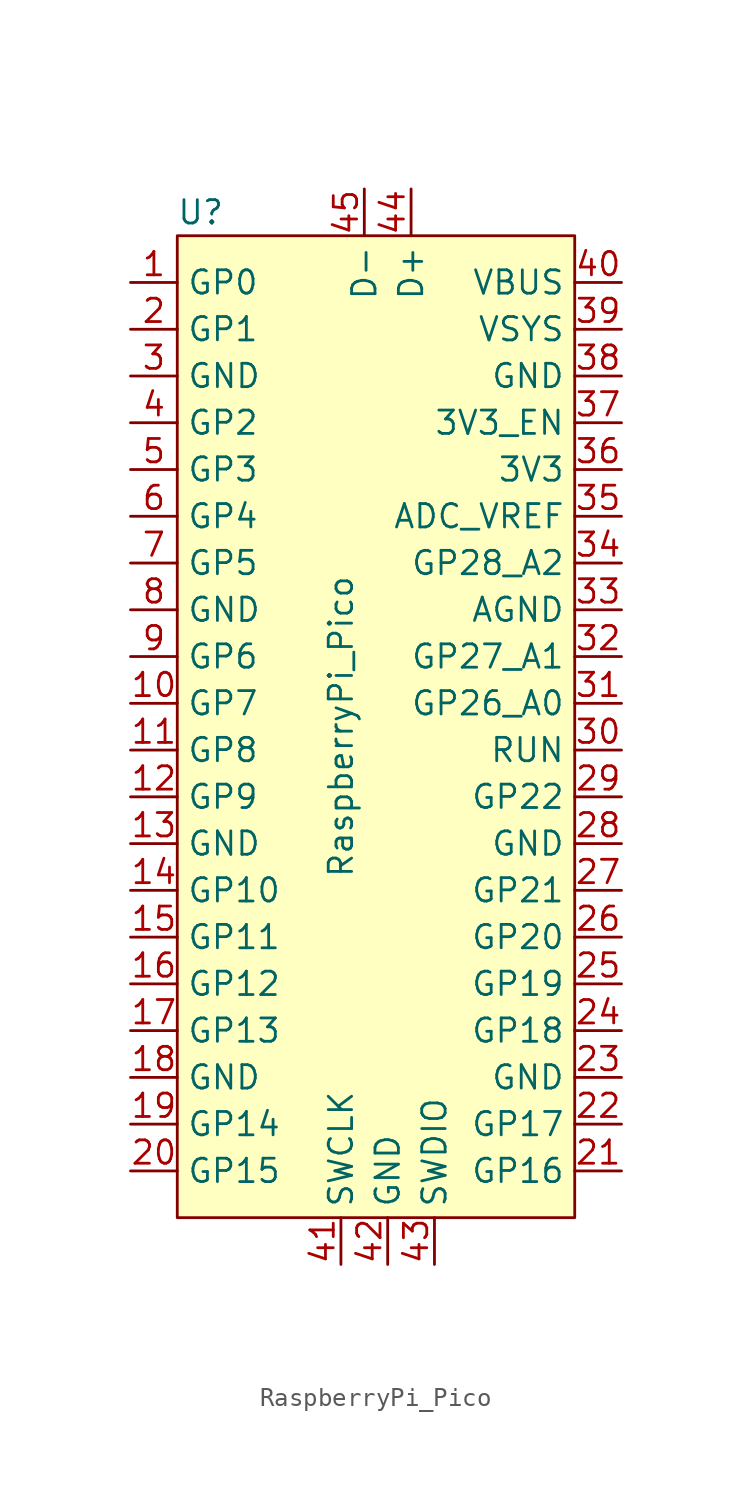
<source format=kicad_sym>
(kicad_symbol_lib
  (version 20211014)
  (generator kicad_symbol_editor)
  (symbol "RaspberryPi_Pico"
    (property "Reference" "U"
      (at -10.16 27.94 0)
      (effects (font (size 1.27 1.27))))
    (property "Value" "RaspberryPi_Pico"
      (at -2.54 0 90)
      (effects (font (size 1.27 1.27))))
    (symbol "RaspberryPi_Pico_0_1"
      (rectangle (start -11.43 26.67) (end 10.16 -26.67) (stroke (width 0) (type default) (color 0 0 0 0)) (fill (type background))))
    (symbol "RaspberryPi_Pico_1_1"
      (pin bidirectional line (at -13.97 24.13 0) (length 2.54) (name "GP0" (effects (font (size 1.27 1.27)))) (number "1" (effects (font (size 1.27 1.27)))))
      (pin bidirectional line (at -13.97 1.27 0) (length 2.54) (name "GP7" (effects (font (size 1.27 1.27)))) (number "10" (effects (font (size 1.27 1.27)))))
      (pin bidirectional line (at -13.97 -1.27 0) (length 2.54) (name "GP8" (effects (font (size 1.27 1.27)))) (number "11" (effects (font (size 1.27 1.27)))))
      (pin bidirectional line (at -13.97 -3.81 0) (length 2.54) (name "GP9" (effects (font (size 1.27 1.27)))) (number "12" (effects (font (size 1.27 1.27)))))
      (pin power_in line (at -13.97 -6.35 0) (length 2.54) (name "GND" (effects (font (size 1.27 1.27)))) (number "13" (effects (font (size 1.27 1.27)))))
      (pin bidirectional line (at -13.97 -8.89 0) (length 2.54) (name "GP10" (effects (font (size 1.27 1.27)))) (number "14" (effects (font (size 1.27 1.27)))))
      (pin bidirectional line (at -13.97 -11.43 0) (length 2.54) (name "GP11" (effects (font (size 1.27 1.27)))) (number "15" (effects (font (size 1.27 1.27)))))
      (pin bidirectional line (at -13.97 -13.97 0) (length 2.54) (name "GP12" (effects (font (size 1.27 1.27)))) (number "16" (effects (font (size 1.27 1.27)))))
      (pin bidirectional line (at -13.97 -16.51 0) (length 2.54) (name "GP13" (effects (font (size 1.27 1.27)))) (number "17" (effects (font (size 1.27 1.27)))))
      (pin power_in line (at -13.97 -19.05 0) (length 2.54) (name "GND" (effects (font (size 1.27 1.27)))) (number "18" (effects (font (size 1.27 1.27)))))
      (pin bidirectional line (at -13.97 -21.59 0) (length 2.54) (name "GP14" (effects (font (size 1.27 1.27)))) (number "19" (effects (font (size 1.27 1.27)))))
      (pin bidirectional line (at -13.97 21.59 0) (length 2.54) (name "GP1" (effects (font (size 1.27 1.27)))) (number "2" (effects (font (size 1.27 1.27)))))
      (pin bidirectional line (at -13.97 -24.13 0) (length 2.54) (name "GP15" (effects (font (size 1.27 1.27)))) (number "20" (effects (font (size 1.27 1.27)))))
      (pin bidirectional line (at 12.7 -24.13 180) (length 2.54) (name "GP16" (effects (font (size 1.27 1.27)))) (number "21" (effects (font (size 1.27 1.27)))))
      (pin bidirectional line (at 12.7 -21.59 180) (length 2.54) (name "GP17" (effects (font (size 1.27 1.27)))) (number "22" (effects (font (size 1.27 1.27)))))
      (pin power_in line (at 12.7 -19.05 180) (length 2.54) (name "GND" (effects (font (size 1.27 1.27)))) (number "23" (effects (font (size 1.27 1.27)))))
      (pin bidirectional line (at 12.7 -16.51 180) (length 2.54) (name "GP18" (effects (font (size 1.27 1.27)))) (number "24" (effects (font (size 1.27 1.27)))))
      (pin bidirectional line (at 12.7 -13.97 180) (length 2.54) (name "GP19" (effects (font (size 1.27 1.27)))) (number "25" (effects (font (size 1.27 1.27)))))
      (pin bidirectional line (at 12.7 -11.43 180) (length 2.54) (name "GP20" (effects (font (size 1.27 1.27)))) (number "26" (effects (font (size 1.27 1.27)))))
      (pin bidirectional line (at 12.7 -8.89 180) (length 2.54) (name "GP21" (effects (font (size 1.27 1.27)))) (number "27" (effects (font (size 1.27 1.27)))))
      (pin power_in line (at 12.7 -6.35 180) (length 2.54) (name "GND" (effects (font (size 1.27 1.27)))) (number "28" (effects (font (size 1.27 1.27)))))
      (pin bidirectional line (at 12.7 -3.81 180) (length 2.54) (name "GP22" (effects (font (size 1.27 1.27)))) (number "29" (effects (font (size 1.27 1.27)))))
      (pin power_in line (at -13.97 19.05 0) (length 2.54) (name "GND" (effects (font (size 1.27 1.27)))) (number "3" (effects (font (size 1.27 1.27)))))
      (pin bidirectional line (at 12.7 -1.27 180) (length 2.54) (name "RUN" (effects (font (size 1.27 1.27)))) (number "30" (effects (font (size 1.27 1.27)))))
      (pin bidirectional line (at 12.7 1.27 180) (length 2.54) (name "GP26_A0" (effects (font (size 1.27 1.27)))) (number "31" (effects (font (size 1.27 1.27)))))
      (pin bidirectional line (at 12.7 3.81 180) (length 2.54) (name "GP27_A1" (effects (font (size 1.27 1.27)))) (number "32" (effects (font (size 1.27 1.27)))))
      (pin power_in line (at 12.7 6.35 180) (length 2.54) (name "AGND" (effects (font (size 1.27 1.27)))) (number "33" (effects (font (size 1.27 1.27)))))
      (pin bidirectional line (at 12.7 8.89 180) (length 2.54) (name "GP28_A2" (effects (font (size 1.27 1.27)))) (number "34" (effects (font (size 1.27 1.27)))))
      (pin power_in line (at 12.7 11.43 180) (length 2.54) (name "ADC_VREF" (effects (font (size 1.27 1.27)))) (number "35" (effects (font (size 1.27 1.27)))))
      (pin power_out line (at 12.7 13.97 180) (length 2.54) (name "3V3" (effects (font (size 1.27 1.27)))) (number "36" (effects (font (size 1.27 1.27)))))
      (pin input line (at 12.7 16.51 180) (length 2.54) (name "3V3_EN" (effects (font (size 1.27 1.27)))) (number "37" (effects (font (size 1.27 1.27)))))
      (pin power_in line (at 12.7 19.05 180) (length 2.54) (name "GND" (effects (font (size 1.27 1.27)))) (number "38" (effects (font (size 1.27 1.27)))))
      (pin power_in line (at 12.7 21.59 180) (length 2.54) (name "VSYS" (effects (font (size 1.27 1.27)))) (number "39" (effects (font (size 1.27 1.27)))))
      (pin bidirectional line (at -13.97 16.51 0) (length 2.54) (name "GP2" (effects (font (size 1.27 1.27)))) (number "4" (effects (font (size 1.27 1.27)))))
      (pin power_in line (at 12.7 24.13 180) (length 2.54) (name "VBUS" (effects (font (size 1.27 1.27)))) (number "40" (effects (font (size 1.27 1.27)))))
      (pin input line (at -2.54 -29.21 90) (length 2.54) (name "SWCLK" (effects (font (size 1.27 1.27)))) (number "41" (effects (font (size 1.27 1.27)))))
      (pin power_in line (at 0 -29.21 90) (length 2.54) (name "GND" (effects (font (size 1.27 1.27)))) (number "42" (effects (font (size 1.27 1.27)))))
      (pin bidirectional line (at 2.54 -29.21 90) (length 2.54) (name "SWDIO" (effects (font (size 1.27 1.27)))) (number "43" (effects (font (size 1.27 1.27)))))
      (pin bidirectional line (at 1.27 29.21 270) (length 2.54) (name "D+" (effects (font (size 1.27 1.27)))) (number "44" (effects (font (size 1.27 1.27)))))
      (pin bidirectional line (at -1.27 29.21 270) (length 2.54) (name "D-" (effects (font (size 1.27 1.27)))) (number "45" (effects (font (size 1.27 1.27)))))
      (pin bidirectional line (at -13.97 13.97 0) (length 2.54) (name "GP3" (effects (font (size 1.27 1.27)))) (number "5" (effects (font (size 1.27 1.27)))))
      (pin bidirectional line (at -13.97 11.43 0) (length 2.54) (name "GP4" (effects (font (size 1.27 1.27)))) (number "6" (effects (font (size 1.27 1.27)))))
      (pin bidirectional line (at -13.97 8.89 0) (length 2.54) (name "GP5" (effects (font (size 1.27 1.27)))) (number "7" (effects (font (size 1.27 1.27)))))
      (pin power_in line (at -13.97 6.35 0) (length 2.54) (name "GND" (effects (font (size 1.27 1.27)))) (number "8" (effects (font (size 1.27 1.27)))))
      (pin bidirectional line (at -13.97 3.81 0) (length 2.54) (name "GP6" (effects (font (size 1.27 1.27)))) (number "9" (effects (font (size 1.27 1.27))))))))
</source>
